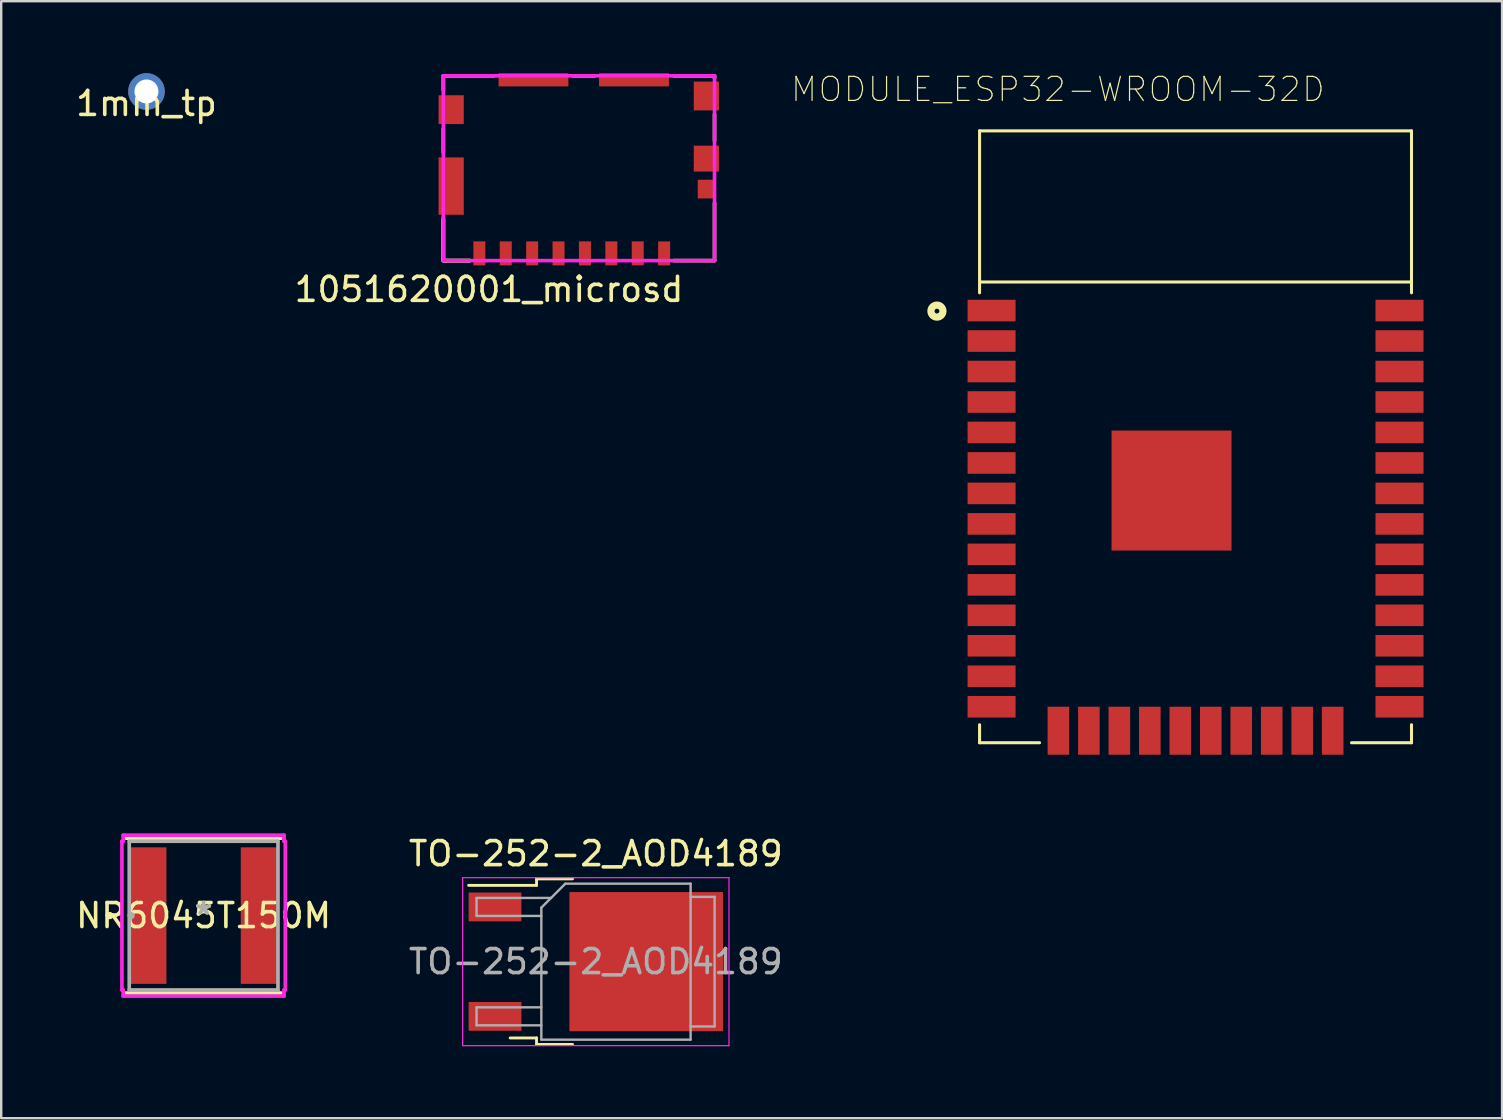
<source format=kicad_pcb>
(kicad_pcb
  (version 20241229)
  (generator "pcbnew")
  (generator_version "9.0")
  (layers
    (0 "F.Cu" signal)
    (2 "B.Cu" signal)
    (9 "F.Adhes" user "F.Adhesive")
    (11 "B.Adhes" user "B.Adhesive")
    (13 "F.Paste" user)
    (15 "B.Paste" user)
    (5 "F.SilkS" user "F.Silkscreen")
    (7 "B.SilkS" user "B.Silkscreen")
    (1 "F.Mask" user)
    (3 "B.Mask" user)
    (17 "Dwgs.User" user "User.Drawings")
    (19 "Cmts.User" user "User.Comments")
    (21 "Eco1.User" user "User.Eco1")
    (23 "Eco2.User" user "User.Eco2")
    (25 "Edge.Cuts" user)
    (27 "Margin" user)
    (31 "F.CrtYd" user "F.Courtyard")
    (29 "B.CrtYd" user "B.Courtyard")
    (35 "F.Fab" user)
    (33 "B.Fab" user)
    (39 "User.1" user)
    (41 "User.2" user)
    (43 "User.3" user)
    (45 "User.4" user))
  (footprint "1mm_tp"
    (layer "F.Cu")
    (at 3.054 0.762)
    (property "Reference" "1mm_tp" (at 0 0.5 0) (layer "F.SilkS") (effects (font (size 1 1) (thickness 0.15))))
    (attr through_hole)
    (pad "1" thru_hole circle (at 0 0) (size 1.524 1.524) (drill 1) (layers "*.Cu" "*.Mask")))
  (footprint "1051620001_microsd"
    (layer "F.Cu")
    (at 24.627 7.51)
    (property "Reference" "1051620001_microsd" (at -7.3 1.5 0) (layer "F.SilkS") (effects (font (size 1 1) (thickness 0.15))))
    (attr through_hole)
    (fp_line (start -9.2 -7.4) (end -9.2 -6.8) (stroke (width 0.15) (type solid)) (layer "F.SilkS"))
    (fp_line (start -9.2 -5.2) (end -9.2 -4.2) (stroke (width 0.15) (type solid)) (layer "F.SilkS"))
    (fp_line (start -9.2 -1.5) (end -9.2 0.3) (stroke (width 0.15) (type solid)) (layer "F.SilkS"))
    (fp_line (start -9.2 -1.4) (end -9.2 0.3) (stroke (width 0.15) (type solid)) (layer "F.SilkS"))
    (fp_line (start -9.2 0.3) (end -8.1 0.3) (stroke (width 0.15) (type solid)) (layer "F.SilkS"))
    (fp_line (start -9.2 0.3) (end -8.1 0.3) (stroke (width 0.15) (type solid)) (layer "F.SilkS"))
    (fp_line (start -7.1 -7.4) (end -9.2 -7.4) (stroke (width 0.15) (type solid)) (layer "F.SilkS"))
    (fp_line (start -3.8 -7.4) (end -2.9 -7.4) (stroke (width 0.15) (type solid)) (layer "F.SilkS"))
    (fp_line (start 0.4 -7.4) (end 2.1 -7.4) (stroke (width 0.15) (type solid)) (layer "F.SilkS"))
    (fp_line (start 0.4 0.3) (end 2.1 0.3) (stroke (width 0.15) (type solid)) (layer "F.SilkS"))
    (fp_line (start 2.1 -7.4) (end 2.1 -7.3) (stroke (width 0.15) (type solid)) (layer "F.SilkS"))
    (fp_line (start 2.1 -4.7) (end 2.1 -5.8) (stroke (width 0.15) (type solid)) (layer "F.SilkS"))
    (fp_line (start 2.1 0.3) (end 2.1 -2.1) (stroke (width 0.15) (type solid)) (layer "F.SilkS"))
    (fp_line (start -9.2 -7.4) (end -9.2 0.3) (stroke (width 0.15) (type solid)) (layer "F.CrtYd"))
    (fp_line (start -9.2 0.3) (end 2.1 0.3) (stroke (width 0.15) (type solid)) (layer "F.CrtYd"))
    (fp_line (start 2.1 -7.4) (end -9.2 -7.4) (stroke (width 0.15) (type solid)) (layer "F.CrtYd"))
    (fp_line (start 2.1 0.3) (end 2.1 -7.4) (stroke (width 0.15) (type solid)) (layer "F.CrtYd"))
    (pad "1" smd rect (at 0 0) (size 0.5 1) (layers "F.Cu" "F.Mask" "F.Paste"))
    (pad "2" smd rect (at -1.1 0) (size 0.5 1) (layers "F.Cu" "F.Mask" "F.Paste"))
    (pad "3" smd rect (at -2.2 0) (size 0.5 1) (layers "F.Cu" "F.Mask" "F.Paste"))
    (pad "4" smd rect (at -3.3 0) (size 0.5 1) (layers "F.Cu" "F.Mask" "F.Paste"))
    (pad "5" smd rect (at -4.4 0) (size 0.5 1) (layers "F.Cu" "F.Mask" "F.Paste"))
    (pad "6" smd rect (at -5.5 0) (size 0.5 1) (layers "F.Cu" "F.Mask" "F.Paste"))
    (pad "7" smd rect (at -6.6 0) (size 0.5 1) (layers "F.Cu" "F.Mask" "F.Paste"))
    (pad "8" smd rect (at -7.7 0) (size 0.5 1) (layers "F.Cu" "F.Mask" "F.Paste"))
    (pad "9" smd rect (at 1.76 -2.68) (size 0.72 0.78) (layers "F.Cu" "F.Mask" "F.Paste"))
    (pad "G1" smd rect (at 1.76 -3.95) (size 1.05 1.08) (layers "F.Cu" "F.Mask" "F.Paste"))
    (pad "G2" smd rect (at 1.76 -6.56) (size 1.05 1.2) (layers "F.Cu" "F.Mask" "F.Paste"))
    (pad "G3" smd rect (at -8.875 -5.99) (size 1.05 1.2) (layers "F.Cu" "F.Mask" "F.Paste"))
    (pad "G4" smd rect (at -8.875 -2.805) (size 1.05 2.39) (layers "F.Cu" "F.Mask" "F.Paste"))
    (pad "SHELL1" smd rect (at -5.445 -7.235) (size 2.91 0.55) (layers "F.Cu" "F.Mask" "F.Paste"))
    (pad "SHELL2" smd rect (at -1.255 -7.235) (size 2.91 0.55) (layers "F.Cu" "F.Mask" "F.Paste")))
  (footprint "MODULE_ESP32-WROOM-32D"
    (layer "F.Cu")
    (at 46.773 15.153)
    (property "Reference" "MODULE_ESP32-WROOM-32D" (at -5.736 -14.479 0) (layer "F.SilkS") (effects (font (size 1.003 1.003) (thickness 0.05))))
    (attr smd)
    (fp_line (start -9 -12.75) (end 9 -12.75) (stroke (width 0.127) (type solid)) (layer "F.SilkS"))
    (fp_line (start -9 -6) (end -9 -12.75) (stroke (width 0.127) (type solid)) (layer "F.SilkS"))
    (fp_line (start -9 12) (end -9 12.75) (stroke (width 0.127) (type solid)) (layer "F.SilkS"))
    (fp_line (start -9 12.75) (end -6.5 12.75) (stroke (width 0.127) (type solid)) (layer "F.SilkS"))
    (fp_line (start -8.96 -6.45) (end 8.96 -6.45) (stroke (width 0.127) (type solid)) (layer "F.SilkS"))
    (fp_line (start 6.5 12.75) (end 9 12.75) (stroke (width 0.127) (type solid)) (layer "F.SilkS"))
    (fp_line (start 9 -12.75) (end 9 -6) (stroke (width 0.127) (type solid)) (layer "F.SilkS"))
    (fp_line (start 9 12) (end 9 12.75) (stroke (width 0.127) (type solid)) (layer "F.SilkS"))
    (fp_circle (center -10.777 -5.238) (end -10.677 -5.238) (stroke (width 0.3) (type solid)) (fill no) (layer "F.SilkS"))
    (fp_poly (pts (xy -2.584 0.659) (xy 0.581 0.659) (xy 0.581 3.825) (xy -2.584 3.825)) (stroke (width 0) (type solid)) (fill yes) (layer "F.Paste"))
    (fp_line (start -9.75 -6) (end -9.25 -6) (stroke (width 0.05) (type solid)) (layer "Eco1.User"))
    (fp_line (start -9.75 13.5) (end -9.75 -6) (stroke (width 0.05) (type solid)) (layer "Eco1.User"))
    (fp_line (start -9.25 -13) (end 9.25 -13) (stroke (width 0.05) (type solid)) (layer "Eco1.User"))
    (fp_line (start -9.25 -6) (end -9.25 -13) (stroke (width 0.05) (type solid)) (layer "Eco1.User"))
    (fp_line (start 9.25 -13) (end 9.25 -6) (stroke (width 0.05) (type solid)) (layer "Eco1.User"))
    (fp_line (start 9.25 -6) (end 9.75 -6) (stroke (width 0.05) (type solid)) (layer "Eco1.User"))
    (fp_line (start 9.75 -6) (end 9.75 13.5) (stroke (width 0.05) (type solid)) (layer "Eco1.User"))
    (fp_line (start 9.75 13.5) (end -9.75 13.5) (stroke (width 0.05) (type solid)) (layer "Eco1.User"))
    (fp_line (start -9 -12.75) (end 9 -12.75) (stroke (width 0.127) (type solid)) (layer "Eco2.User"))
    (fp_line (start -9 12.75) (end -9 -12.75) (stroke (width 0.127) (type solid)) (layer "Eco2.User"))
    (fp_line (start -8.96 -6.45) (end 8.96 -6.45) (stroke (width 0.127) (type solid)) (layer "Eco2.User"))
    (fp_line (start 9 -12.75) (end 9 12.75) (stroke (width 0.127) (type solid)) (layer "Eco2.User"))
    (fp_line (start 9 12.75) (end -9 12.75) (stroke (width 0.127) (type solid)) (layer "Eco2.User"))
    (fp_circle (center -8.277 -5.238) (end -8.177 -5.238) (stroke (width 0.3) (type solid)) (fill no) (layer "Eco2.User"))
    (fp_text user "ANTENNA" (at -5.725 -8.651 0) (layer "Edge.Cuts") (effects (font (size 1 1) (thickness 0.05))))
    (pad "1" smd rect (at -8.5 -5.26) (size 2 0.9) (layers "F.Cu" "F.Mask" "F.Paste"))
    (pad "2" smd rect (at -8.5 -3.99) (size 2 0.9) (layers "F.Cu" "F.Mask" "F.Paste"))
    (pad "3" smd rect (at -8.5 -2.72) (size 2 0.9) (layers "F.Cu" "F.Mask" "F.Paste"))
    (pad "4" smd rect (at -8.5 -1.45) (size 2 0.9) (layers "F.Cu" "F.Mask" "F.Paste"))
    (pad "5" smd rect (at -8.5 -0.18) (size 2 0.9) (layers "F.Cu" "F.Mask" "F.Paste"))
    (pad "6" smd rect (at -8.5 1.09) (size 2 0.9) (layers "F.Cu" "F.Mask" "F.Paste"))
    (pad "7" smd rect (at -8.5 2.36) (size 2 0.9) (layers "F.Cu" "F.Mask" "F.Paste"))
    (pad "8" smd rect (at -8.5 3.63) (size 2 0.9) (layers "F.Cu" "F.Mask" "F.Paste"))
    (pad "9" smd rect (at -8.5 4.9) (size 2 0.9) (layers "F.Cu" "F.Mask" "F.Paste"))
    (pad "10" smd rect (at -8.5 6.17) (size 2 0.9) (layers "F.Cu" "F.Mask" "F.Paste"))
    (pad "11" smd rect (at -8.5 7.44) (size 2 0.9) (layers "F.Cu" "F.Mask" "F.Paste"))
    (pad "12" smd rect (at -8.5 8.71) (size 2 0.9) (layers "F.Cu" "F.Mask" "F.Paste"))
    (pad "13" smd rect (at -8.5 9.98) (size 2 0.9) (layers "F.Cu" "F.Mask" "F.Paste"))
    (pad "14" smd rect (at -8.5 11.25) (size 2 0.9) (layers "F.Cu" "F.Mask" "F.Paste"))
    (pad "15" smd rect (at -5.715 12.25 90) (size 2 0.9) (layers "F.Cu" "F.Mask" "F.Paste"))
    (pad "16" smd rect (at -4.445 12.25 90) (size 2 0.9) (layers "F.Cu" "F.Mask" "F.Paste"))
    (pad "17" smd rect (at -3.175 12.25 90) (size 2 0.9) (layers "F.Cu" "F.Mask" "F.Paste"))
    (pad "18" smd rect (at -1.905 12.25 90) (size 2 0.9) (layers "F.Cu" "F.Mask" "F.Paste"))
    (pad "19" smd rect (at -0.635 12.25 90) (size 2 0.9) (layers "F.Cu" "F.Mask" "F.Paste"))
    (pad "20" smd rect (at 0.635 12.25 90) (size 2 0.9) (layers "F.Cu" "F.Mask" "F.Paste"))
    (pad "21" smd rect (at 1.905 12.25 90) (size 2 0.9) (layers "F.Cu" "F.Mask" "F.Paste"))
    (pad "22" smd rect (at 3.175 12.25 90) (size 2 0.9) (layers "F.Cu" "F.Mask" "F.Paste"))
    (pad "23" smd rect (at 4.445 12.25 90) (size 2 0.9) (layers "F.Cu" "F.Mask" "F.Paste"))
    (pad "24" smd rect (at 5.715 12.25 90) (size 2 0.9) (layers "F.Cu" "F.Mask" "F.Paste"))
    (pad "25" smd rect (at 8.5 11.25 180) (size 2 0.9) (layers "F.Cu" "F.Mask" "F.Paste"))
    (pad "26" smd rect (at 8.5 9.98 180) (size 2 0.9) (layers "F.Cu" "F.Mask" "F.Paste"))
    (pad "27" smd rect (at 8.5 8.71 180) (size 2 0.9) (layers "F.Cu" "F.Mask" "F.Paste"))
    (pad "28" smd rect (at 8.5 7.44 180) (size 2 0.9) (layers "F.Cu" "F.Mask" "F.Paste"))
    (pad "29" smd rect (at 8.5 6.17 180) (size 2 0.9) (layers "F.Cu" "F.Mask" "F.Paste"))
    (pad "30" smd rect (at 8.5 4.9 180) (size 2 0.9) (layers "F.Cu" "F.Mask" "F.Paste"))
    (pad "31" smd rect (at 8.5 3.63 180) (size 2 0.9) (layers "F.Cu" "F.Mask" "F.Paste"))
    (pad "32" smd rect (at 8.5 2.36 180) (size 2 0.9) (layers "F.Cu" "F.Mask" "F.Paste"))
    (pad "33" smd rect (at 8.5 1.09 180) (size 2 0.9) (layers "F.Cu" "F.Mask" "F.Paste"))
    (pad "34" smd rect (at 8.5 -0.18 180) (size 2 0.9) (layers "F.Cu" "F.Mask" "F.Paste"))
    (pad "35" smd rect (at 8.5 -1.45 180) (size 2 0.9) (layers "F.Cu" "F.Mask" "F.Paste"))
    (pad "36" smd rect (at 8.5 -2.72 180) (size 2 0.9) (layers "F.Cu" "F.Mask" "F.Paste"))
    (pad "37" smd rect (at 8.5 -3.99 180) (size 2 0.9) (layers "F.Cu" "F.Mask" "F.Paste"))
    (pad "38" smd rect (at 8.5 -5.26 180) (size 2 0.9) (layers "F.Cu" "F.Mask" "F.Paste"))
    (pad "39" smd rect (at -1 2.24) (size 5 5) (layers "F.Cu" "F.Mask" "F.Paste")))
  (footprint "TO-252-2_AOD4189"
    (layer "F.Cu")
    (at 21.78 37.026)
    (property "Reference" "TO-252-2_AOD4189" (at 0 -4.5 0) (layer "F.SilkS") (effects (font (size 1 1) (thickness 0.15))))
    (attr smd)
    (fp_line (start -2.47 -3.45) (end -2.47 -3.18) (stroke (width 0.12) (type solid)) (layer "F.SilkS"))
    (fp_line (start -2.47 -3.18) (end -5.3 -3.18) (stroke (width 0.12) (type solid)) (layer "F.SilkS"))
    (fp_line (start -2.47 3.18) (end -3.57 3.18) (stroke (width 0.12) (type solid)) (layer "F.SilkS"))
    (fp_line (start -2.47 3.45) (end -2.47 3.18) (stroke (width 0.12) (type solid)) (layer "F.SilkS"))
    (fp_line (start -0.97 -3.45) (end -2.47 -3.45) (stroke (width 0.12) (type solid)) (layer "F.SilkS"))
    (fp_line (start -0.97 3.45) (end -2.47 3.45) (stroke (width 0.12) (type solid)) (layer "F.SilkS"))
    (fp_line (start -5.55 -3.5) (end -5.55 3.5) (stroke (width 0.05) (type solid)) (layer "F.CrtYd"))
    (fp_line (start -5.55 3.5) (end 5.55 3.5) (stroke (width 0.05) (type solid)) (layer "F.CrtYd"))
    (fp_line (start 5.55 -3.5) (end -5.55 -3.5) (stroke (width 0.05) (type solid)) (layer "F.CrtYd"))
    (fp_line (start 5.55 3.5) (end 5.55 -3.5) (stroke (width 0.05) (type solid)) (layer "F.CrtYd"))
    (fp_line (start -4.97 -2.655) (end -4.97 -1.905) (stroke (width 0.1) (type solid)) (layer "F.Fab"))
    (fp_line (start -4.97 -1.905) (end -2.27 -1.905) (stroke (width 0.1) (type solid)) (layer "F.Fab"))
    (fp_line (start -4.97 1.905) (end -4.97 2.655) (stroke (width 0.1) (type solid)) (layer "F.Fab"))
    (fp_line (start -4.97 2.655) (end -2.27 2.655) (stroke (width 0.1) (type solid)) (layer "F.Fab"))
    (fp_line (start -2.27 -2.25) (end -1.27 -3.25) (stroke (width 0.1) (type solid)) (layer "F.Fab"))
    (fp_line (start -2.27 1.905) (end -4.97 1.905) (stroke (width 0.1) (type solid)) (layer "F.Fab"))
    (fp_line (start -2.27 3.25) (end -2.27 -2.25) (stroke (width 0.1) (type solid)) (layer "F.Fab"))
    (fp_line (start -1.865 -2.655) (end -4.97 -2.655) (stroke (width 0.1) (type solid)) (layer "F.Fab"))
    (fp_line (start -1.27 -3.25) (end 3.95 -3.25) (stroke (width 0.1) (type solid)) (layer "F.Fab"))
    (fp_line (start 3.95 -3.25) (end 3.95 3.25) (stroke (width 0.1) (type solid)) (layer "F.Fab"))
    (fp_line (start 3.95 -2.7) (end 4.95 -2.7) (stroke (width 0.1) (type solid)) (layer "F.Fab"))
    (fp_line (start 3.95 3.25) (end -2.27 3.25) (stroke (width 0.1) (type solid)) (layer "F.Fab"))
    (fp_line (start 4.95 -2.7) (end 4.95 2.7) (stroke (width 0.1) (type solid)) (layer "F.Fab"))
    (fp_line (start 4.95 2.7) (end 3.95 2.7) (stroke (width 0.1) (type solid)) (layer "F.Fab"))
    (fp_text user "${REFERENCE}" (at 0 0 0) (layer "F.Fab") (effects (font (size 1 1) (thickness 0.15))))
    (pad "" smd rect (at 0.425 -1.525) (size 3.05 2.75) (layers "F.Paste"))
    (pad "" smd rect (at 0.425 1.525) (size 3.05 2.75) (layers "F.Paste"))
    (pad "" smd rect (at 3.775 -1.525) (size 3.05 2.75) (layers "F.Paste"))
    (pad "" smd rect (at 3.775 1.525) (size 3.05 2.75) (layers "F.Paste"))
    (pad "1" smd rect (at -4.2 -2.28) (size 2.2 1.2) (layers "F.Cu" "F.Mask" "F.Paste"))
    (pad "2" smd rect (at -4.2 2.28) (size 2.2 1.2) (layers "F.Cu" "F.Mask" "F.Paste"))
    (pad "3" smd rect (at 2.1 0) (size 6.4 5.8) (layers "F.Cu" "F.Mask")))
  (footprint "NR6045T150M"
    (layer "F.Cu")
    (at 5.435 35.107)
    (property "Reference" "NR6045T150M" (at 0 0 0) (layer "F.SilkS") (effects (font (size 1 1) (thickness 0.15))))
    (attr through_hole)
    (fp_line (start -3.226 3.226) (end 3.226 3.226) (stroke (width 0.152) (type solid)) (layer "F.SilkS"))
    (fp_line (start 3.226 -3.226) (end -3.226 -3.226) (stroke (width 0.152) (type solid)) (layer "F.SilkS"))
    (fp_circle (center -3.912 0) (end -3.835 0) (stroke (width 0.152) (type solid)) (fill no) (layer "F.SilkS"))
    (fp_line (start -3.404 -3.099) (end -3.353 -3.099) (stroke (width 0.152) (type solid)) (layer "F.CrtYd"))
    (fp_line (start -3.404 3.099) (end -3.404 -3.099) (stroke (width 0.152) (type solid)) (layer "F.CrtYd"))
    (fp_line (start -3.353 -3.353) (end 3.353 -3.353) (stroke (width 0.152) (type solid)) (layer "F.CrtYd"))
    (fp_line (start -3.353 -3.099) (end -3.353 -3.353) (stroke (width 0.152) (type solid)) (layer "F.CrtYd"))
    (fp_line (start -3.353 3.099) (end -3.404 3.099) (stroke (width 0.152) (type solid)) (layer "F.CrtYd"))
    (fp_line (start -3.353 3.353) (end -3.353 3.099) (stroke (width 0.152) (type solid)) (layer "F.CrtYd"))
    (fp_line (start 3.353 -3.353) (end 3.353 -3.099) (stroke (width 0.152) (type solid)) (layer "F.CrtYd"))
    (fp_line (start 3.353 -3.099) (end 3.404 -3.099) (stroke (width 0.152) (type solid)) (layer "F.CrtYd"))
    (fp_line (start 3.353 3.099) (end 3.353 3.353) (stroke (width 0.152) (type solid)) (layer "F.CrtYd"))
    (fp_line (start 3.353 3.353) (end -3.353 3.353) (stroke (width 0.152) (type solid)) (layer "F.CrtYd"))
    (fp_line (start 3.404 -3.099) (end 3.404 3.099) (stroke (width 0.152) (type solid)) (layer "F.CrtYd"))
    (fp_line (start 3.404 3.099) (end 3.353 3.099) (stroke (width 0.152) (type solid)) (layer "F.CrtYd"))
    (fp_line (start -3.099 -3.099) (end -3.099 3.099) (stroke (width 0.152) (type solid)) (layer "F.Fab"))
    (fp_line (start -3.099 3.099) (end 3.099 3.099) (stroke (width 0.152) (type solid)) (layer "F.Fab"))
    (fp_line (start 3.099 -3.099) (end -3.099 -3.099) (stroke (width 0.152) (type solid)) (layer "F.Fab"))
    (fp_line (start 3.099 3.099) (end 3.099 -3.099) (stroke (width 0.152) (type solid)) (layer "F.Fab"))
    (fp_circle (center -3.023 0) (end -2.946 0) (stroke (width 0.152) (type solid)) (fill no) (layer "F.Fab"))
    (fp_text user "*" (at 0 0 0) (layer "F.SilkS") (effects (font (size 1 1) (thickness 0.15))))
    (fp_text user "Copyright 2016 Accelerated Designs. All rights reserved." (at 0 0 0) (layer "Cmts.User") (effects (font (size 0.127 0.127) (thickness 0.002))))
    (fp_text user "*" (at 0 0 0) (layer "F.Fab") (effects (font (size 1 1) (thickness 0.15))))
    (pad "1" smd rect (at -2.349 0) (size 1.6 5.69) (layers "F.Cu" "F.Mask" "F.Paste"))
    (pad "2" smd rect (at 2.349 0) (size 1.6 5.69) (layers "F.Cu" "F.Mask" "F.Paste")))
  (gr_rect
    (start -3 -3)
    (end 59.548 43.551)
    (stroke (width 0.1) (type default))
    (fill no)
    (layer "Edge.Cuts")))
</source>
